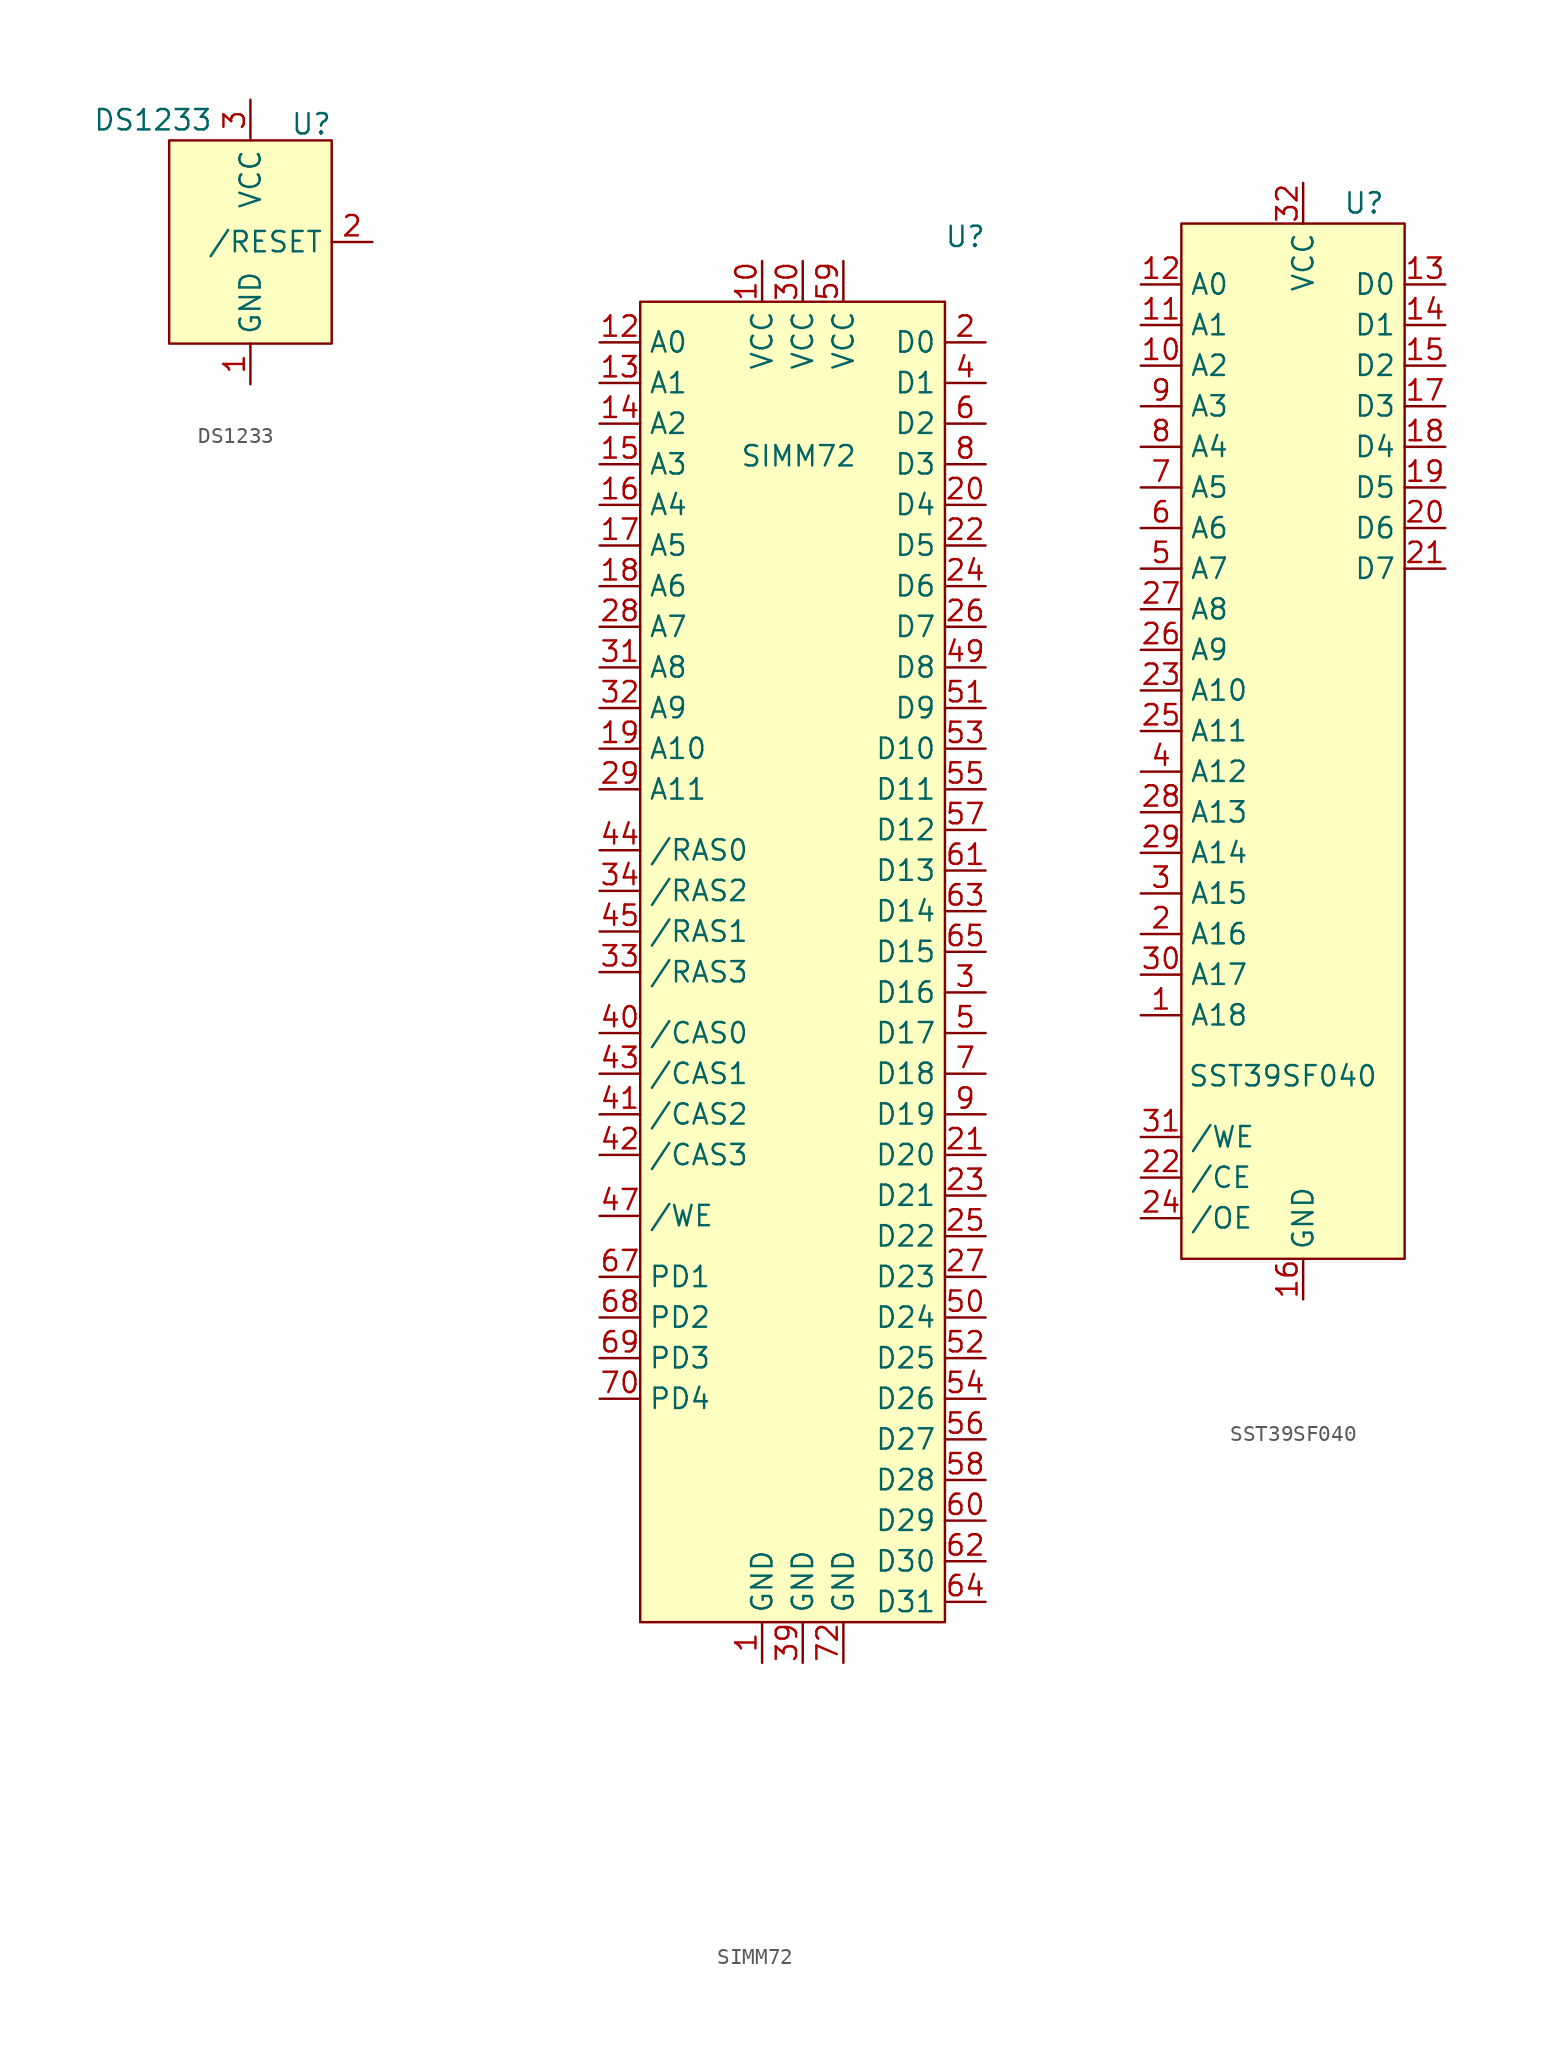
<source format=kicad_sym>
(kicad_symbol_lib
  (version 20231120)
  (generator "kicad_symbol_editor")
  (generator_version "8.0")
  (symbol "DS1233"
    (property "Reference" "U"
      (at 3.81 7.366 0)
      (effects (font (size 1.27 1.27))))
    (property "Value" "DS1233"
      (at -6.096 7.62 0)
      (effects (font (size 1.27 1.27))))
    (symbol "DS1233_1_1"
      (rectangle (start -5.08 6.35) (end 5.08 -6.35) (stroke (width 0) (type default)) (fill (type background)))
      (pin power_in line (at 0 -8.89 90) (length 2.54) (name "GND" (effects (font (size 1.27 1.27)))) (number "1" (effects (font (size 1.27 1.27)))))
      (pin bidirectional line (at 7.62 0 180) (length 2.54) (name "/RESET" (effects (font (size 1.27 1.27)))) (number "2" (effects (font (size 1.27 1.27)))))
      (pin power_in line (at 0 8.89 270) (length 2.54) (name "VCC" (effects (font (size 1.27 1.27)))) (number "3" (effects (font (size 1.27 1.27)))))))
  (symbol "SIMM72"
    (property "Reference" "U"
      (at 10.16 45.974 0)
      (effects (font (size 1.27 1.27))))
    (property "Value" "SIMM72"
      (at -0.254 32.258 0)
      (effects (font (size 1.27 1.27))))
    (symbol "SIMM72_1_1"
      (rectangle (start -10.16 41.91) (end 8.89 -40.64) (stroke (width 0) (type default)) (fill (type background)))
      (pin input line (at -2.54 -43.18 90) (length 2.54) (name "GND" (effects (font (size 1.27 1.27)))) (number "1" (effects (font (size 1.27 1.27)))))
      (pin input line (at -2.54 44.45 270) (length 2.54) (name "VCC" (effects (font (size 1.27 1.27)))) (number "10" (effects (font (size 1.27 1.27)))))
      (pin no_connect line (at -17.78 -30.48 0) (length 2.54) hide (name "NC" (effects (font (size 1.27 1.27)))) (number "11" (effects (font (size 1.27 1.27)))))
      (pin input line (at -12.7 39.37 0) (length 2.54) (name "A0" (effects (font (size 1.27 1.27)))) (number "12" (effects (font (size 1.27 1.27)))))
      (pin input line (at -12.7 36.83 0) (length 2.54) (name "A1" (effects (font (size 1.27 1.27)))) (number "13" (effects (font (size 1.27 1.27)))))
      (pin input line (at -12.7 34.29 0) (length 2.54) (name "A2" (effects (font (size 1.27 1.27)))) (number "14" (effects (font (size 1.27 1.27)))))
      (pin input line (at -12.7 31.75 0) (length 2.54) (name "A3" (effects (font (size 1.27 1.27)))) (number "15" (effects (font (size 1.27 1.27)))))
      (pin input line (at -12.7 29.21 0) (length 2.54) (name "A4" (effects (font (size 1.27 1.27)))) (number "16" (effects (font (size 1.27 1.27)))))
      (pin input line (at -12.7 26.67 0) (length 2.54) (name "A5" (effects (font (size 1.27 1.27)))) (number "17" (effects (font (size 1.27 1.27)))))
      (pin input line (at -12.7 24.13 0) (length 2.54) (name "A6" (effects (font (size 1.27 1.27)))) (number "18" (effects (font (size 1.27 1.27)))))
      (pin input line (at -12.7 13.97 0) (length 2.54) (name "A10" (effects (font (size 1.27 1.27)))) (number "19" (effects (font (size 1.27 1.27)))))
      (pin input line (at 11.43 39.37 180) (length 2.54) (name "D0" (effects (font (size 1.27 1.27)))) (number "2" (effects (font (size 1.27 1.27)))))
      (pin input line (at 11.43 29.21 180) (length 2.54) (name "D4" (effects (font (size 1.27 1.27)))) (number "20" (effects (font (size 1.27 1.27)))))
      (pin input line (at 11.43 -11.43 180) (length 2.54) (name "D20" (effects (font (size 1.27 1.27)))) (number "21" (effects (font (size 1.27 1.27)))))
      (pin input line (at 11.43 26.67 180) (length 2.54) (name "D5" (effects (font (size 1.27 1.27)))) (number "22" (effects (font (size 1.27 1.27)))))
      (pin input line (at 11.43 -13.97 180) (length 2.54) (name "D21" (effects (font (size 1.27 1.27)))) (number "23" (effects (font (size 1.27 1.27)))))
      (pin input line (at 11.43 24.13 180) (length 2.54) (name "D6" (effects (font (size 1.27 1.27)))) (number "24" (effects (font (size 1.27 1.27)))))
      (pin input line (at 11.43 -16.51 180) (length 2.54) (name "D22" (effects (font (size 1.27 1.27)))) (number "25" (effects (font (size 1.27 1.27)))))
      (pin input line (at 11.43 21.59 180) (length 2.54) (name "D7" (effects (font (size 1.27 1.27)))) (number "26" (effects (font (size 1.27 1.27)))))
      (pin input line (at 11.43 -19.05 180) (length 2.54) (name "D23" (effects (font (size 1.27 1.27)))) (number "27" (effects (font (size 1.27 1.27)))))
      (pin input line (at -12.7 21.59 0) (length 2.54) (name "A7" (effects (font (size 1.27 1.27)))) (number "28" (effects (font (size 1.27 1.27)))))
      (pin input line (at -12.7 11.43 0) (length 2.54) (name "A11" (effects (font (size 1.27 1.27)))) (number "29" (effects (font (size 1.27 1.27)))))
      (pin input line (at 11.43 -1.27 180) (length 2.54) (name "D16" (effects (font (size 1.27 1.27)))) (number "3" (effects (font (size 1.27 1.27)))))
      (pin input line (at 0 44.45 270) (length 2.54) (name "VCC" (effects (font (size 1.27 1.27)))) (number "30" (effects (font (size 1.27 1.27)))))
      (pin input line (at -12.7 19.05 0) (length 2.54) (name "A8" (effects (font (size 1.27 1.27)))) (number "31" (effects (font (size 1.27 1.27)))))
      (pin input line (at -12.7 16.51 0) (length 2.54) (name "A9" (effects (font (size 1.27 1.27)))) (number "32" (effects (font (size 1.27 1.27)))))
      (pin input line (at -12.7 0 0) (length 2.54) (name "/RAS3" (effects (font (size 1.27 1.27)))) (number "33" (effects (font (size 1.27 1.27)))))
      (pin input line (at -12.7 5.08 0) (length 2.54) (name "/RAS2" (effects (font (size 1.27 1.27)))) (number "34" (effects (font (size 1.27 1.27)))))
      (pin no_connect line (at -17.78 -33.02 0) (length 2.54) hide (name "NC" (effects (font (size 1.27 1.27)))) (number "35" (effects (font (size 1.27 1.27)))))
      (pin no_connect line (at -17.78 -35.56 0) (length 2.54) hide (name "NC" (effects (font (size 1.27 1.27)))) (number "36" (effects (font (size 1.27 1.27)))))
      (pin no_connect line (at -17.78 -38.1 0) (length 2.54) hide (name "NC" (effects (font (size 1.27 1.27)))) (number "37" (effects (font (size 1.27 1.27)))))
      (pin no_connect line (at -17.78 -40.64 0) (length 2.54) hide (name "NC" (effects (font (size 1.27 1.27)))) (number "38" (effects (font (size 1.27 1.27)))))
      (pin input line (at 0 -43.18 90) (length 2.54) (name "GND" (effects (font (size 1.27 1.27)))) (number "39" (effects (font (size 1.27 1.27)))))
      (pin input line (at 11.43 36.83 180) (length 2.54) (name "D1" (effects (font (size 1.27 1.27)))) (number "4" (effects (font (size 1.27 1.27)))))
      (pin input line (at -12.7 -3.81 0) (length 2.54) (name "/CAS0" (effects (font (size 1.27 1.27)))) (number "40" (effects (font (size 1.27 1.27)))))
      (pin input line (at -12.7 -8.89 0) (length 2.54) (name "/CAS2" (effects (font (size 1.27 1.27)))) (number "41" (effects (font (size 1.27 1.27)))))
      (pin input line (at -12.7 -11.43 0) (length 2.54) (name "/CAS3" (effects (font (size 1.27 1.27)))) (number "42" (effects (font (size 1.27 1.27)))))
      (pin input line (at -12.7 -6.35 0) (length 2.54) (name "/CAS1" (effects (font (size 1.27 1.27)))) (number "43" (effects (font (size 1.27 1.27)))))
      (pin input line (at -12.7 7.62 0) (length 2.54) (name "/RAS0" (effects (font (size 1.27 1.27)))) (number "44" (effects (font (size 1.27 1.27)))))
      (pin input line (at -12.7 2.54 0) (length 2.54) (name "/RAS1" (effects (font (size 1.27 1.27)))) (number "45" (effects (font (size 1.27 1.27)))))
      (pin no_connect line (at -17.78 -43.18 0) (length 2.54) hide (name "NC" (effects (font (size 1.27 1.27)))) (number "46" (effects (font (size 1.27 1.27)))))
      (pin input line (at -12.7 -15.24 0) (length 2.54) (name "/WE" (effects (font (size 1.27 1.27)))) (number "47" (effects (font (size 1.27 1.27)))))
      (pin no_connect line (at -17.78 -45.72 0) (length 2.54) hide (name "NC" (effects (font (size 1.27 1.27)))) (number "48" (effects (font (size 1.27 1.27)))))
      (pin input line (at 11.43 19.05 180) (length 2.54) (name "D8" (effects (font (size 1.27 1.27)))) (number "49" (effects (font (size 1.27 1.27)))))
      (pin input line (at 11.43 -3.81 180) (length 2.54) (name "D17" (effects (font (size 1.27 1.27)))) (number "5" (effects (font (size 1.27 1.27)))))
      (pin input line (at 11.43 -21.59 180) (length 2.54) (name "D24" (effects (font (size 1.27 1.27)))) (number "50" (effects (font (size 1.27 1.27)))))
      (pin input line (at 11.43 16.51 180) (length 2.54) (name "D9" (effects (font (size 1.27 1.27)))) (number "51" (effects (font (size 1.27 1.27)))))
      (pin input line (at 11.43 -24.13 180) (length 2.54) (name "D25" (effects (font (size 1.27 1.27)))) (number "52" (effects (font (size 1.27 1.27)))))
      (pin input line (at 11.43 13.97 180) (length 2.54) (name "D10" (effects (font (size 1.27 1.27)))) (number "53" (effects (font (size 1.27 1.27)))))
      (pin input line (at 11.43 -26.67 180) (length 2.54) (name "D26" (effects (font (size 1.27 1.27)))) (number "54" (effects (font (size 1.27 1.27)))))
      (pin input line (at 11.43 11.43 180) (length 2.54) (name "D11" (effects (font (size 1.27 1.27)))) (number "55" (effects (font (size 1.27 1.27)))))
      (pin input line (at 11.43 -29.21 180) (length 2.54) (name "D27" (effects (font (size 1.27 1.27)))) (number "56" (effects (font (size 1.27 1.27)))))
      (pin input line (at 11.43 8.89 180) (length 2.54) (name "D12" (effects (font (size 1.27 1.27)))) (number "57" (effects (font (size 1.27 1.27)))))
      (pin input line (at 11.43 -31.75 180) (length 2.54) (name "D28" (effects (font (size 1.27 1.27)))) (number "58" (effects (font (size 1.27 1.27)))))
      (pin input line (at 2.54 44.45 270) (length 2.54) (name "VCC" (effects (font (size 1.27 1.27)))) (number "59" (effects (font (size 1.27 1.27)))))
      (pin input line (at 11.43 34.29 180) (length 2.54) (name "D2" (effects (font (size 1.27 1.27)))) (number "6" (effects (font (size 1.27 1.27)))))
      (pin input line (at 11.43 -34.29 180) (length 2.54) (name "D29" (effects (font (size 1.27 1.27)))) (number "60" (effects (font (size 1.27 1.27)))))
      (pin input line (at 11.43 6.35 180) (length 2.54) (name "D13" (effects (font (size 1.27 1.27)))) (number "61" (effects (font (size 1.27 1.27)))))
      (pin input line (at 11.43 -36.83 180) (length 2.54) (name "D30" (effects (font (size 1.27 1.27)))) (number "62" (effects (font (size 1.27 1.27)))))
      (pin input line (at 11.43 3.81 180) (length 2.54) (name "D14" (effects (font (size 1.27 1.27)))) (number "63" (effects (font (size 1.27 1.27)))))
      (pin input line (at 11.43 -39.37 180) (length 2.54) (name "D31" (effects (font (size 1.27 1.27)))) (number "64" (effects (font (size 1.27 1.27)))))
      (pin input line (at 11.43 1.27 180) (length 2.54) (name "D15" (effects (font (size 1.27 1.27)))) (number "65" (effects (font (size 1.27 1.27)))))
      (pin no_connect line (at -17.78 -48.26 0) (length 2.54) hide (name "NC" (effects (font (size 1.27 1.27)))) (number "66" (effects (font (size 1.27 1.27)))))
      (pin input line (at -12.7 -19.05 0) (length 2.54) (name "PD1" (effects (font (size 1.27 1.27)))) (number "67" (effects (font (size 1.27 1.27)))))
      (pin input line (at -12.7 -21.59 0) (length 2.54) (name "PD2" (effects (font (size 1.27 1.27)))) (number "68" (effects (font (size 1.27 1.27)))))
      (pin input line (at -12.7 -24.13 0) (length 2.54) (name "PD3" (effects (font (size 1.27 1.27)))) (number "69" (effects (font (size 1.27 1.27)))))
      (pin input line (at 11.43 -6.35 180) (length 2.54) (name "D18" (effects (font (size 1.27 1.27)))) (number "7" (effects (font (size 1.27 1.27)))))
      (pin input line (at -12.7 -26.67 0) (length 2.54) (name "PD4" (effects (font (size 1.27 1.27)))) (number "70" (effects (font (size 1.27 1.27)))))
      (pin no_connect line (at -17.78 -50.8 0) (length 2.54) hide (name "NC" (effects (font (size 1.27 1.27)))) (number "71" (effects (font (size 1.27 1.27)))))
      (pin input line (at 2.54 -43.18 90) (length 2.54) (name "GND" (effects (font (size 1.27 1.27)))) (number "72" (effects (font (size 1.27 1.27)))))
      (pin input line (at 11.43 31.75 180) (length 2.54) (name "D3" (effects (font (size 1.27 1.27)))) (number "8" (effects (font (size 1.27 1.27)))))
      (pin input line (at 11.43 -8.89 180) (length 2.54) (name "D19" (effects (font (size 1.27 1.27)))) (number "9" (effects (font (size 1.27 1.27)))))))
  (symbol "SST39SF040"
    (property "Reference" "U"
      (at 5.08 35.56 0)
      (effects (font (size 1.27 1.27))))
    (property "Value" "SST39SF040"
      (at 0 -19.05 0)
      (effects (font (size 1.27 1.27))))
    (symbol "SST39SF040_0_1"
      (rectangle (start -6.35 34.29) (end 7.62 -30.48) (stroke (width 0) (type default)) (fill (type background))))
    (symbol "SST39SF040_1_1"
      (pin input line (at -8.89 -15.24 0) (length 2.54) (name "A18" (effects (font (size 1.27 1.27)))) (number "1" (effects (font (size 1.27 1.27)))))
      (pin input line (at -8.89 25.4 0) (length 2.54) (name "A2" (effects (font (size 1.27 1.27)))) (number "10" (effects (font (size 1.27 1.27)))))
      (pin input line (at -8.89 27.94 0) (length 2.54) (name "A1" (effects (font (size 1.27 1.27)))) (number "11" (effects (font (size 1.27 1.27)))))
      (pin input line (at -8.89 30.48 0) (length 2.54) (name "A0" (effects (font (size 1.27 1.27)))) (number "12" (effects (font (size 1.27 1.27)))))
      (pin bidirectional line (at 10.16 30.48 180) (length 2.54) (name "D0" (effects (font (size 1.27 1.27)))) (number "13" (effects (font (size 1.27 1.27)))))
      (pin bidirectional line (at 10.16 27.94 180) (length 2.54) (name "D1" (effects (font (size 1.27 1.27)))) (number "14" (effects (font (size 1.27 1.27)))))
      (pin bidirectional line (at 10.16 25.4 180) (length 2.54) (name "D2" (effects (font (size 1.27 1.27)))) (number "15" (effects (font (size 1.27 1.27)))))
      (pin power_in line (at 1.27 -33.02 90) (length 2.54) (name "GND" (effects (font (size 1.27 1.27)))) (number "16" (effects (font (size 1.27 1.27)))))
      (pin bidirectional line (at 10.16 22.86 180) (length 2.54) (name "D3" (effects (font (size 1.27 1.27)))) (number "17" (effects (font (size 1.27 1.27)))))
      (pin bidirectional line (at 10.16 20.32 180) (length 2.54) (name "D4" (effects (font (size 1.27 1.27)))) (number "18" (effects (font (size 1.27 1.27)))))
      (pin bidirectional line (at 10.16 17.78 180) (length 2.54) (name "D5" (effects (font (size 1.27 1.27)))) (number "19" (effects (font (size 1.27 1.27)))))
      (pin input line (at -8.89 -10.16 0) (length 2.54) (name "A16" (effects (font (size 1.27 1.27)))) (number "2" (effects (font (size 1.27 1.27)))))
      (pin bidirectional line (at 10.16 15.24 180) (length 2.54) (name "D6" (effects (font (size 1.27 1.27)))) (number "20" (effects (font (size 1.27 1.27)))))
      (pin bidirectional line (at 10.16 12.7 180) (length 2.54) (name "D7" (effects (font (size 1.27 1.27)))) (number "21" (effects (font (size 1.27 1.27)))))
      (pin input line (at -8.89 -25.4 0) (length 2.54) (name "/CE" (effects (font (size 1.27 1.27)))) (number "22" (effects (font (size 1.27 1.27)))))
      (pin input line (at -8.89 5.08 0) (length 2.54) (name "A10" (effects (font (size 1.27 1.27)))) (number "23" (effects (font (size 1.27 1.27)))))
      (pin input line (at -8.89 -27.94 0) (length 2.54) (name "/OE" (effects (font (size 1.27 1.27)))) (number "24" (effects (font (size 1.27 1.27)))))
      (pin input line (at -8.89 2.54 0) (length 2.54) (name "A11" (effects (font (size 1.27 1.27)))) (number "25" (effects (font (size 1.27 1.27)))))
      (pin input line (at -8.89 7.62 0) (length 2.54) (name "A9" (effects (font (size 1.27 1.27)))) (number "26" (effects (font (size 1.27 1.27)))))
      (pin input line (at -8.89 10.16 0) (length 2.54) (name "A8" (effects (font (size 1.27 1.27)))) (number "27" (effects (font (size 1.27 1.27)))))
      (pin input line (at -8.89 -2.54 0) (length 2.54) (name "A13" (effects (font (size 1.27 1.27)))) (number "28" (effects (font (size 1.27 1.27)))))
      (pin input line (at -8.89 -5.08 0) (length 2.54) (name "A14" (effects (font (size 1.27 1.27)))) (number "29" (effects (font (size 1.27 1.27)))))
      (pin input line (at -8.89 -7.62 0) (length 2.54) (name "A15" (effects (font (size 1.27 1.27)))) (number "3" (effects (font (size 1.27 1.27)))))
      (pin input line (at -8.89 -12.7 0) (length 2.54) (name "A17" (effects (font (size 1.27 1.27)))) (number "30" (effects (font (size 1.27 1.27)))))
      (pin input line (at -8.89 -22.86 0) (length 2.54) (name "/WE" (effects (font (size 1.27 1.27)))) (number "31" (effects (font (size 1.27 1.27)))))
      (pin power_in line (at 1.27 36.83 270) (length 2.54) (name "VCC" (effects (font (size 1.27 1.27)))) (number "32" (effects (font (size 1.27 1.27)))))
      (pin input line (at -8.89 0 0) (length 2.54) (name "A12" (effects (font (size 1.27 1.27)))) (number "4" (effects (font (size 1.27 1.27)))))
      (pin input line (at -8.89 12.7 0) (length 2.54) (name "A7" (effects (font (size 1.27 1.27)))) (number "5" (effects (font (size 1.27 1.27)))))
      (pin input line (at -8.89 15.24 0) (length 2.54) (name "A6" (effects (font (size 1.27 1.27)))) (number "6" (effects (font (size 1.27 1.27)))))
      (pin input line (at -8.89 17.78 0) (length 2.54) (name "A5" (effects (font (size 1.27 1.27)))) (number "7" (effects (font (size 1.27 1.27)))))
      (pin input line (at -8.89 20.32 0) (length 2.54) (name "A4" (effects (font (size 1.27 1.27)))) (number "8" (effects (font (size 1.27 1.27)))))
      (pin input line (at -8.89 22.86 0) (length 2.54) (name "A3" (effects (font (size 1.27 1.27)))) (number "9" (effects (font (size 1.27 1.27))))))))
</source>
